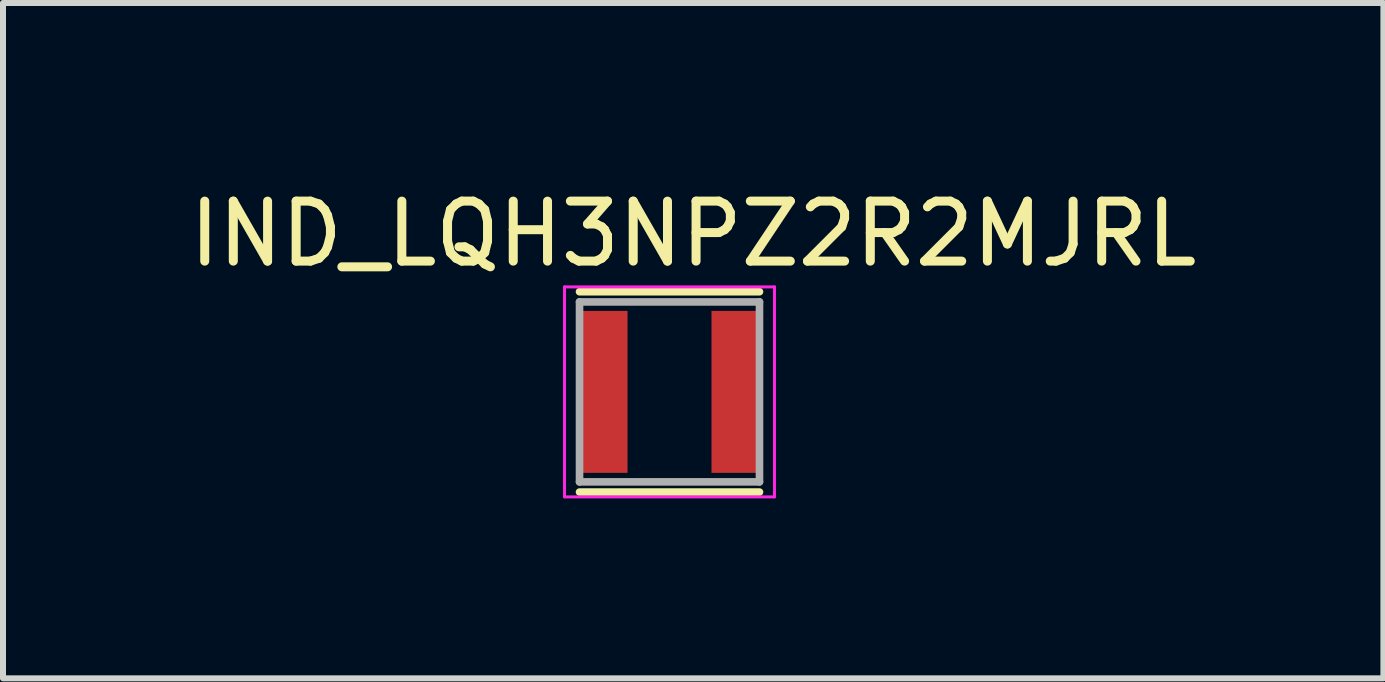
<source format=kicad_pcb>
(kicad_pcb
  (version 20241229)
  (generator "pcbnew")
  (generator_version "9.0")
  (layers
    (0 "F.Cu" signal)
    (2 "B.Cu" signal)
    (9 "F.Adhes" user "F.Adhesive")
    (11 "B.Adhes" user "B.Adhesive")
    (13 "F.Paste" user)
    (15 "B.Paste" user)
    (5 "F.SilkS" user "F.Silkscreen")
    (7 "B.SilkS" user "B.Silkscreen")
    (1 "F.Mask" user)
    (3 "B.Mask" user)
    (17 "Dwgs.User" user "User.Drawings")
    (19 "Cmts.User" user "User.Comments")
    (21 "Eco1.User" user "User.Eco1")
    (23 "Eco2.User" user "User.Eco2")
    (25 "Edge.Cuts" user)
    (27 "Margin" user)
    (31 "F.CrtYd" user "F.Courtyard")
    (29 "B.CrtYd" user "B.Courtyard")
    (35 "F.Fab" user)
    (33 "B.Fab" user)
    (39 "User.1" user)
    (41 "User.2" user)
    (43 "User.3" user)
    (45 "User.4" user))
  (footprint "IND_LQH3NPZ2R2MJRL"
    (layer "F.Cu")
    (at 8.111 3.483)
    (property "Reference" "IND_LQH3NPZ2R2MJRL" (at 0.395 -2.635 0) (layer "F.SilkS") (effects (font (size 1 1) (thickness 0.15))))
    (attr smd)
    (fp_line (start -1.5 -1.67) (end 1.5 -1.67) (stroke (width 0.127) (type solid)) (layer "F.SilkS"))
    (fp_line (start -1.5 1.67) (end 1.5 1.67) (stroke (width 0.127) (type solid)) (layer "F.SilkS"))
    (fp_line (start -1.75 -1.75) (end 1.75 -1.75) (stroke (width 0.05) (type solid)) (layer "F.CrtYd"))
    (fp_line (start -1.75 1.75) (end -1.75 -1.75) (stroke (width 0.05) (type solid)) (layer "F.CrtYd"))
    (fp_line (start 1.75 -1.75) (end 1.75 1.75) (stroke (width 0.05) (type solid)) (layer "F.CrtYd"))
    (fp_line (start 1.75 1.75) (end -1.75 1.75) (stroke (width 0.05) (type solid)) (layer "F.CrtYd"))
    (fp_line (start -1.5 -1.5) (end 1.5 -1.5) (stroke (width 0.127) (type solid)) (layer "F.Fab"))
    (fp_line (start -1.5 1.5) (end -1.5 -1.5) (stroke (width 0.127) (type solid)) (layer "F.Fab"))
    (fp_line (start 1.5 -1.5) (end 1.5 1.5) (stroke (width 0.127) (type solid)) (layer "F.Fab"))
    (fp_line (start 1.5 1.5) (end -1.5 1.5) (stroke (width 0.127) (type solid)) (layer "F.Fab"))
    (pad "1" smd rect (at -1.1 0) (size 0.8 2.7) (layers "F.Cu" "F.Mask" "F.Paste"))
    (pad "2" smd rect (at 1.1 0) (size 0.8 2.7) (layers "F.Cu" "F.Mask" "F.Paste")))
  (gr_rect
    (start -3 -3)
    (end 20.012 8.258)
    (stroke (width 0.1) (type default))
    (fill no)
    (layer "Edge.Cuts")))
</source>
